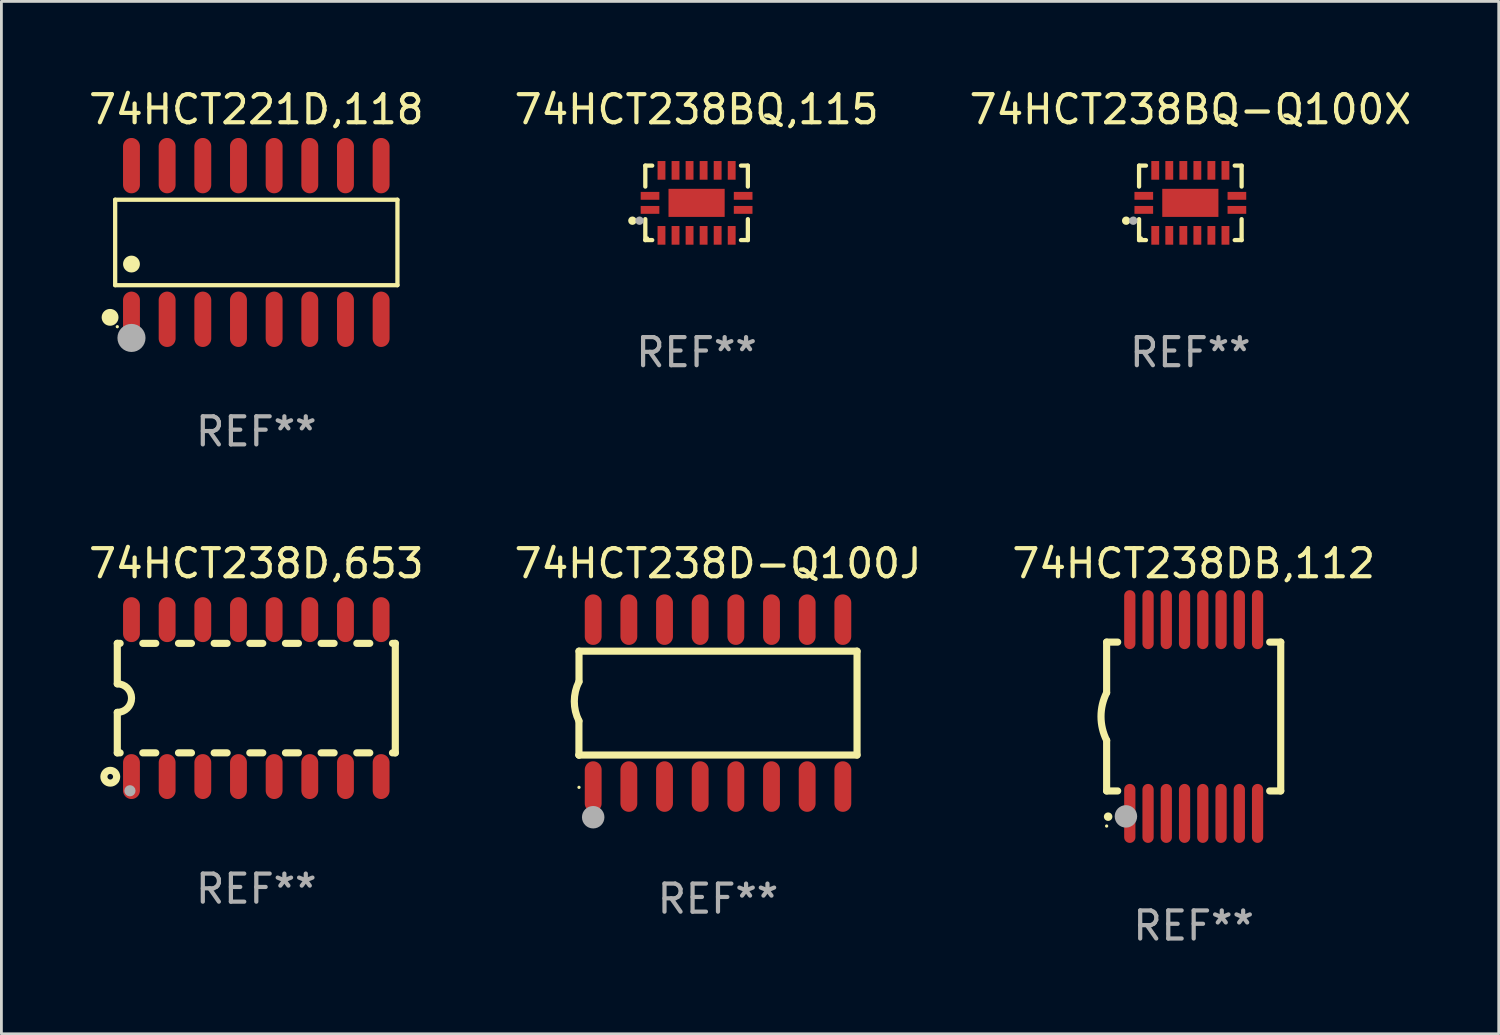
<source format=kicad_pcb>
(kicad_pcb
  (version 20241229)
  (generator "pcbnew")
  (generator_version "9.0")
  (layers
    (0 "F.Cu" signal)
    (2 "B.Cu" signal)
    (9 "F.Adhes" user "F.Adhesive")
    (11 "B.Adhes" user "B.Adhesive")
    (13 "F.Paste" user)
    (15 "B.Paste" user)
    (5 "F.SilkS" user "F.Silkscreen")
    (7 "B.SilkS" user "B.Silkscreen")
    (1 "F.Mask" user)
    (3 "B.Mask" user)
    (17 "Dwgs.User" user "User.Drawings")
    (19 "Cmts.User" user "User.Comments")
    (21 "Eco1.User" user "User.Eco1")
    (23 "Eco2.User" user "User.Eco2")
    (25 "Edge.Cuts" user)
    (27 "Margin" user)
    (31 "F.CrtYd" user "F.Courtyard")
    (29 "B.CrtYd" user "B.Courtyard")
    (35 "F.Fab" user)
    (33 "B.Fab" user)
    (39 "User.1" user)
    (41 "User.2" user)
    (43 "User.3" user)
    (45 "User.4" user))
  (footprint "74HCT238D-Q100J"
    (layer "F.Cu")
    (at 22.518 21.988)
    (property "Reference" "74HCT238D-Q100J" (at 0 -4.972 0) (layer "F.SilkS") (effects (font (size 1 1) (thickness 0.15))))
    (attr through_hole)
    (fp_line (start -4.952 0.635) (end -4.952 1.85) (stroke (width 0.254) (type solid)) (layer "F.SilkS"))
    (fp_line (start -4.952 1.85) (end -4.949 1.85) (stroke (width 0.254) (type solid)) (layer "F.SilkS"))
    (fp_line (start -4.949 -1.85) (end -4.949 -0.762) (stroke (width 0.254) (type solid)) (layer "F.SilkS"))
    (fp_line (start -4.949 1.85) (end 4.952 1.85) (stroke (width 0.254) (type solid)) (layer "F.SilkS"))
    (fp_line (start 4.952 -1.85) (end -4.949 -1.85) (stroke (width 0.254) (type solid)) (layer "F.SilkS"))
    (fp_line (start 4.952 1.85) (end 4.952 -1.85) (stroke (width 0.254) (type solid)) (layer "F.SilkS"))
    (fp_arc (start -4.951524 0.635001) (mid -5.116418 -0.0635) (end -4.951524 -0.762002) (stroke (width 0.254001) (type solid)) (layer "F.SilkS"))
    (fp_circle (center -4.949 3) (end -4.919 3) (stroke (width 0.06) (type solid)) (fill no) (layer "F.SilkS"))
    (fp_circle (center -4.444 4.064) (end -4.244 4.064) (stroke (width 0.4) (type solid)) (fill no) (layer "F.Fab"))
    (fp_text user "REF**" (at 0 6.972 0) (layer "F.Fab") (effects (font (size 1 1) (thickness 0.15))))
    (pad "1" smd oval (at -4.444 2.972 180) (size 0.6 1.8) (layers "F.Cu" "F.Mask" "F.Paste"))
    (pad "2" smd oval (at -3.174 2.972 180) (size 0.6 1.8) (layers "F.Cu" "F.Mask" "F.Paste"))
    (pad "3" smd oval (at -1.904 2.972 180) (size 0.6 1.8) (layers "F.Cu" "F.Mask" "F.Paste"))
    (pad "4" smd oval (at -0.634 2.972 180) (size 0.6 1.8) (layers "F.Cu" "F.Mask" "F.Paste"))
    (pad "5" smd oval (at 0.636 2.972 180) (size 0.6 1.8) (layers "F.Cu" "F.Mask" "F.Paste"))
    (pad "6" smd oval (at 1.906 2.972 180) (size 0.6 1.8) (layers "F.Cu" "F.Mask" "F.Paste"))
    (pad "7" smd oval (at 3.176 2.972 180) (size 0.6 1.8) (layers "F.Cu" "F.Mask" "F.Paste"))
    (pad "8" smd oval (at 4.446 2.972 180) (size 0.6 1.8) (layers "F.Cu" "F.Mask" "F.Paste"))
    (pad "9" smd oval (at 4.446 -2.972 180) (size 0.6 1.8) (layers "F.Cu" "F.Mask" "F.Paste"))
    (pad "10" smd oval (at 3.176 -2.972 180) (size 0.6 1.8) (layers "F.Cu" "F.Mask" "F.Paste"))
    (pad "11" smd oval (at 1.906 -2.972 180) (size 0.6 1.8) (layers "F.Cu" "F.Mask" "F.Paste"))
    (pad "12" smd oval (at 0.636 -2.972 180) (size 0.6 1.8) (layers "F.Cu" "F.Mask" "F.Paste"))
    (pad "13" smd oval (at -0.634 -2.972 180) (size 0.6 1.8) (layers "F.Cu" "F.Mask" "F.Paste"))
    (pad "14" smd oval (at -1.904 -2.972 180) (size 0.6 1.8) (layers "F.Cu" "F.Mask" "F.Paste"))
    (pad "15" smd oval (at -3.174 -2.972 180) (size 0.6 1.8) (layers "F.Cu" "F.Mask" "F.Paste"))
    (pad "16" smd oval (at -4.444 -2.972 180) (size 0.6 1.8) (layers "F.Cu" "F.Mask" "F.Paste")))
  (footprint "74HCT221D,118"
    (layer "F.Cu")
    (at 6.077 5.584)
    (property "Reference" "74HCT221D,118" (at 0 -4.736 0) (layer "F.SilkS") (effects (font (size 1 1) (thickness 0.15))))
    (attr through_hole)
    (fp_line (start -5.026 -1.521) (end 5.026 -1.521) (stroke (width 0.152) (type solid)) (layer "F.SilkS"))
    (fp_line (start -5.026 1.521) (end -5.026 -1.521) (stroke (width 0.152) (type solid)) (layer "F.SilkS"))
    (fp_line (start 5.026 -1.521) (end 5.026 1.521) (stroke (width 0.152) (type solid)) (layer "F.SilkS"))
    (fp_line (start 5.026 1.521) (end -5.026 1.521) (stroke (width 0.152) (type solid)) (layer "F.SilkS"))
    (fp_circle (center -5.207 2.667) (end -5.057 2.667) (stroke (width 0.3) (type solid)) (fill no) (layer "F.SilkS"))
    (fp_circle (center -4.95 3) (end -4.92 3) (stroke (width 0.06) (type solid)) (fill no) (layer "F.SilkS"))
    (fp_circle (center -4.445 0.769) (end -4.295 0.769) (stroke (width 0.3) (type solid)) (fill no) (layer "F.SilkS"))
    (fp_circle (center -4.445 3.4) (end -4.195 3.4) (stroke (width 0.5) (type solid)) (fill no) (layer "F.Fab"))
    (fp_text user "REF**" (at 0 6.736 0) (layer "F.Fab") (effects (font (size 1 1) (thickness 0.15))))
    (pad "1" smd oval (at -4.445 2.736) (size 0.602 1.971) (layers "F.Cu" "F.Mask" "F.Paste"))
    (pad "2" smd oval (at -3.175 2.736) (size 0.602 1.971) (layers "F.Cu" "F.Mask" "F.Paste"))
    (pad "3" smd oval (at -1.905 2.736) (size 0.602 1.971) (layers "F.Cu" "F.Mask" "F.Paste"))
    (pad "4" smd oval (at -0.635 2.736) (size 0.602 1.971) (layers "F.Cu" "F.Mask" "F.Paste"))
    (pad "5" smd oval (at 0.635 2.736) (size 0.602 1.971) (layers "F.Cu" "F.Mask" "F.Paste"))
    (pad "6" smd oval (at 1.905 2.736) (size 0.602 1.971) (layers "F.Cu" "F.Mask" "F.Paste"))
    (pad "7" smd oval (at 3.175 2.736) (size 0.602 1.971) (layers "F.Cu" "F.Mask" "F.Paste"))
    (pad "8" smd oval (at 4.445 2.736) (size 0.602 1.971) (layers "F.Cu" "F.Mask" "F.Paste"))
    (pad "9" smd oval (at 4.445 -2.736) (size 0.602 1.971) (layers "F.Cu" "F.Mask" "F.Paste"))
    (pad "10" smd oval (at 3.175 -2.736) (size 0.602 1.971) (layers "F.Cu" "F.Mask" "F.Paste"))
    (pad "11" smd oval (at 1.905 -2.736) (size 0.602 1.971) (layers "F.Cu" "F.Mask" "F.Paste"))
    (pad "12" smd oval (at 0.635 -2.736) (size 0.602 1.971) (layers "F.Cu" "F.Mask" "F.Paste"))
    (pad "13" smd oval (at -0.635 -2.736) (size 0.602 1.971) (layers "F.Cu" "F.Mask" "F.Paste"))
    (pad "14" smd oval (at -1.905 -2.736) (size 0.602 1.971) (layers "F.Cu" "F.Mask" "F.Paste"))
    (pad "15" smd oval (at -3.175 -2.736) (size 0.602 1.971) (layers "F.Cu" "F.Mask" "F.Paste"))
    (pad "16" smd oval (at -4.445 -2.736) (size 0.602 1.971) (layers "F.Cu" "F.Mask" "F.Paste")))
  (footprint "74HCT238DB,112"
    (layer "F.Cu")
    (at 39.458 22.466)
    (property "Reference" "74HCT238DB,112" (at 0 -5.45 0) (layer "F.SilkS") (effects (font (size 1 1) (thickness 0.15))))
    (attr through_hole)
    (fp_line (start -3.1 -2.65) (end -3.1 -0.85) (stroke (width 0.254) (type solid)) (layer "F.SilkS"))
    (fp_line (start -3.1 -2.65) (end -2.706 -2.65) (stroke (width 0.254) (type solid)) (layer "F.SilkS"))
    (fp_line (start -3.1 2.65) (end -3.1 0.85) (stroke (width 0.254) (type solid)) (layer "F.SilkS"))
    (fp_line (start -3.1 2.65) (end -2.706 2.65) (stroke (width 0.254) (type solid)) (layer "F.SilkS"))
    (fp_line (start 2.706 -2.65) (end 3.1 -2.65) (stroke (width 0.254) (type solid)) (layer "F.SilkS"))
    (fp_line (start 2.706 2.65) (end 3.1 2.65) (stroke (width 0.254) (type solid)) (layer "F.SilkS"))
    (fp_line (start 3.1 -2.65) (end 3.1 2.65) (stroke (width 0.254) (type solid)) (layer "F.SilkS"))
    (fp_arc (start -3.098907 0.850902) (mid -3.300057 0.000523) (end -3.1 -0.850114) (stroke (width 0.254001) (type solid)) (layer "F.SilkS"))
    (fp_arc (start -3.048006 3.566066) (mid -3.046736 3.566061) (end -3.045466 3.566066) (stroke (width 0.3) (type solid)) (layer "F.SilkS"))
    (fp_circle (center -3.1 3.9) (end -3.07 3.9) (stroke (width 0.06) (type solid)) (fill no) (layer "F.SilkS"))
    (fp_circle (center -2.413 3.556) (end -2.213 3.556) (stroke (width 0.4) (type solid)) (fill no) (layer "F.Fab"))
    (fp_text user "REF**" (at 0 7.45 0) (layer "F.Fab") (effects (font (size 1 1) (thickness 0.15))))
    (pad "1" smd oval (at -2.275 3.45 180) (size 0.4 2.1) (layers "F.Cu" "F.Mask" "F.Paste"))
    (pad "2" smd oval (at -1.625 3.45 180) (size 0.4 2.1) (layers "F.Cu" "F.Mask" "F.Paste"))
    (pad "3" smd oval (at -0.975 3.45 180) (size 0.4 2.1) (layers "F.Cu" "F.Mask" "F.Paste"))
    (pad "4" smd oval (at -0.325 3.45 180) (size 0.4 2.1) (layers "F.Cu" "F.Mask" "F.Paste"))
    (pad "5" smd oval (at 0.325 3.45 180) (size 0.4 2.1) (layers "F.Cu" "F.Mask" "F.Paste"))
    (pad "6" smd oval (at 0.975 3.45 180) (size 0.4 2.1) (layers "F.Cu" "F.Mask" "F.Paste"))
    (pad "7" smd oval (at 1.625 3.45 180) (size 0.4 2.1) (layers "F.Cu" "F.Mask" "F.Paste"))
    (pad "8" smd oval (at 2.275 3.45 180) (size 0.4 2.1) (layers "F.Cu" "F.Mask" "F.Paste"))
    (pad "9" smd oval (at 2.275 -3.45 180) (size 0.4 2.1) (layers "F.Cu" "F.Mask" "F.Paste"))
    (pad "10" smd oval (at 1.625 -3.45 180) (size 0.4 2.1) (layers "F.Cu" "F.Mask" "F.Paste"))
    (pad "11" smd oval (at 0.975 -3.45 180) (size 0.4 2.1) (layers "F.Cu" "F.Mask" "F.Paste"))
    (pad "12" smd oval (at 0.325 -3.45 180) (size 0.4 2.1) (layers "F.Cu" "F.Mask" "F.Paste"))
    (pad "13" smd oval (at -0.325 -3.45 180) (size 0.4 2.1) (layers "F.Cu" "F.Mask" "F.Paste"))
    (pad "14" smd oval (at -0.975 -3.45 180) (size 0.4 2.1) (layers "F.Cu" "F.Mask" "F.Paste"))
    (pad "15" smd oval (at -1.625 -3.45 180) (size 0.4 2.1) (layers "F.Cu" "F.Mask" "F.Paste"))
    (pad "16" smd oval (at -2.275 -3.45 180) (size 0.4 2.1) (layers "F.Cu" "F.Mask" "F.Paste")))
  (footprint "74HCT238BQ,115"
    (layer "F.Cu")
    (at 21.756 4.174)
    (property "Reference" "74HCT238BQ,115" (at 0 -3.326 0) (layer "F.SilkS") (effects (font (size 1 1) (thickness 0.15))))
    (attr through_hole)
    (fp_line (start -1.826 -1.326) (end -1.58 -1.326) (stroke (width 0.152) (type solid)) (layer "F.SilkS"))
    (fp_line (start -1.826 -0.58) (end -1.826 -1.326) (stroke (width 0.152) (type solid)) (layer "F.SilkS"))
    (fp_line (start -1.826 0.58) (end -1.826 1.326) (stroke (width 0.152) (type solid)) (layer "F.SilkS"))
    (fp_line (start -1.826 1.326) (end -1.58 1.326) (stroke (width 0.152) (type solid)) (layer "F.SilkS"))
    (fp_line (start 1.826 -1.326) (end 1.58 -1.326) (stroke (width 0.152) (type solid)) (layer "F.SilkS"))
    (fp_line (start 1.826 -0.58) (end 1.826 -1.326) (stroke (width 0.152) (type solid)) (layer "F.SilkS"))
    (fp_line (start 1.826 0.58) (end 1.826 1.326) (stroke (width 0.152) (type solid)) (layer "F.SilkS"))
    (fp_line (start 1.826 1.326) (end 1.58 1.326) (stroke (width 0.152) (type solid)) (layer "F.SilkS"))
    (fp_circle (center -2.286 0.635) (end -2.211 0.635) (stroke (width 0.15) (type solid)) (fill no) (layer "F.SilkS"))
    (fp_circle (center -1.75 1.25) (end -1.72 1.25) (stroke (width 0.06) (type solid)) (fill no) (layer "F.SilkS"))
    (fp_circle (center -2.032 0.635) (end -1.957 0.635) (stroke (width 0.15) (type solid)) (fill no) (layer "F.Fab"))
    (fp_text user "REF**" (at 0 5.326 0) (layer "F.Fab") (effects (font (size 1 1) (thickness 0.15))))
    (pad "1" smd rect (at -1.658 0.25) (size 0.665 0.28) (layers "F.Cu" "F.Mask" "F.Paste"))
    (pad "2" smd rect (at -1.25 1.157) (size 0.28 0.665) (layers "F.Cu" "F.Mask" "F.Paste"))
    (pad "3" smd rect (at -0.75 1.157) (size 0.28 0.665) (layers "F.Cu" "F.Mask" "F.Paste"))
    (pad "4" smd rect (at -0.25 1.157) (size 0.28 0.665) (layers "F.Cu" "F.Mask" "F.Paste"))
    (pad "5" smd rect (at 0.25 1.157) (size 0.28 0.665) (layers "F.Cu" "F.Mask" "F.Paste"))
    (pad "6" smd rect (at 0.75 1.157) (size 0.28 0.665) (layers "F.Cu" "F.Mask" "F.Paste"))
    (pad "7" smd rect (at 1.25 1.157) (size 0.28 0.665) (layers "F.Cu" "F.Mask" "F.Paste"))
    (pad "8" smd rect (at 1.658 0.25) (size 0.665 0.28) (layers "F.Cu" "F.Mask" "F.Paste"))
    (pad "9" smd rect (at 1.658 -0.25) (size 0.665 0.28) (layers "F.Cu" "F.Mask" "F.Paste"))
    (pad "10" smd rect (at 1.25 -1.157) (size 0.28 0.665) (layers "F.Cu" "F.Mask" "F.Paste"))
    (pad "11" smd rect (at 0.75 -1.157) (size 0.28 0.665) (layers "F.Cu" "F.Mask" "F.Paste"))
    (pad "12" smd rect (at 0.25 -1.157) (size 0.28 0.665) (layers "F.Cu" "F.Mask" "F.Paste"))
    (pad "13" smd rect (at -0.25 -1.157) (size 0.28 0.665) (layers "F.Cu" "F.Mask" "F.Paste"))
    (pad "14" smd rect (at -0.75 -1.157) (size 0.28 0.665) (layers "F.Cu" "F.Mask" "F.Paste"))
    (pad "15" smd rect (at -1.25 -1.157) (size 0.28 0.665) (layers "F.Cu" "F.Mask" "F.Paste"))
    (pad "16" smd rect (at -1.658 -0.25) (size 0.665 0.28) (layers "F.Cu" "F.Mask" "F.Paste"))
    (pad "17" smd rect (at 0 0) (size 2 1) (layers "F.Cu" "F.Mask" "F.Paste")))
  (footprint "74HCT238D,653"
    (layer "F.Cu")
    (at 6.077 21.81)
    (property "Reference" "74HCT238D,653" (at 0 -4.794 0) (layer "F.SilkS") (effects (font (size 1 1) (thickness 0.15))))
    (attr through_hole)
    (fp_line (start -4.95 -1.95) (end -4.95 -0.508) (stroke (width 0.254) (type solid)) (layer "F.SilkS"))
    (fp_line (start -4.95 -1.95) (end -4.849 -1.95) (stroke (width 0.254) (type solid)) (layer "F.SilkS"))
    (fp_line (start -4.95 1.95) (end -4.95 0.508) (stroke (width 0.254) (type solid)) (layer "F.SilkS"))
    (fp_line (start -4.95 1.95) (end -4.849 1.95) (stroke (width 0.254) (type solid)) (layer "F.SilkS"))
    (fp_line (start -4.041 -1.95) (end -3.579 -1.95) (stroke (width 0.254) (type solid)) (layer "F.SilkS"))
    (fp_line (start -4.041 1.95) (end -3.579 1.95) (stroke (width 0.254) (type solid)) (layer "F.SilkS"))
    (fp_line (start -2.771 -1.95) (end -2.309 -1.95) (stroke (width 0.254) (type solid)) (layer "F.SilkS"))
    (fp_line (start -2.771 1.95) (end -2.309 1.95) (stroke (width 0.254) (type solid)) (layer "F.SilkS"))
    (fp_line (start -1.501 -1.95) (end -1.039 -1.95) (stroke (width 0.254) (type solid)) (layer "F.SilkS"))
    (fp_line (start -1.501 1.95) (end -1.039 1.95) (stroke (width 0.254) (type solid)) (layer "F.SilkS"))
    (fp_line (start -0.231 -1.95) (end 0.231 -1.95) (stroke (width 0.254) (type solid)) (layer "F.SilkS"))
    (fp_line (start -0.231 1.95) (end 0.231 1.95) (stroke (width 0.254) (type solid)) (layer "F.SilkS"))
    (fp_line (start 1.039 -1.95) (end 1.501 -1.95) (stroke (width 0.254) (type solid)) (layer "F.SilkS"))
    (fp_line (start 1.039 1.95) (end 1.501 1.95) (stroke (width 0.254) (type solid)) (layer "F.SilkS"))
    (fp_line (start 2.309 -1.95) (end 2.771 -1.95) (stroke (width 0.254) (type solid)) (layer "F.SilkS"))
    (fp_line (start 2.309 1.95) (end 2.771 1.95) (stroke (width 0.254) (type solid)) (layer "F.SilkS"))
    (fp_line (start 3.579 -1.95) (end 4.041 -1.95) (stroke (width 0.254) (type solid)) (layer "F.SilkS"))
    (fp_line (start 3.579 1.95) (end 4.041 1.95) (stroke (width 0.254) (type solid)) (layer "F.SilkS"))
    (fp_line (start 4.849 -1.95) (end 4.95 -1.95) (stroke (width 0.254) (type solid)) (layer "F.SilkS"))
    (fp_line (start 4.849 1.95) (end 4.95 1.95) (stroke (width 0.254) (type solid)) (layer "F.SilkS"))
    (fp_line (start 4.95 -1.95) (end 4.95 1.95) (stroke (width 0.254) (type solid)) (layer "F.SilkS"))
    (fp_arc (start -4.95047 -0.508001) (mid -4.442469 -0.000228) (end -4.950013 0.508001) (stroke (width 0.254001) (type solid)) (layer "F.SilkS"))
    (fp_circle (center -5.2 2.8) (end -5.1 2.8) (stroke (width 0.254) (type solid)) (fill no) (layer "F.SilkS"))
    (fp_circle (center -4.95 2.947) (end -4.92 2.947) (stroke (width 0.06) (type solid)) (fill no) (layer "F.SilkS"))
    (fp_circle (center -4.5 3.3) (end -4.4 3.3) (stroke (width 0.2) (type solid)) (fill no) (layer "F.Fab"))
    (fp_text user "REF**" (at 0 6.794 0) (layer "F.Fab") (effects (font (size 1 1) (thickness 0.15))))
    (pad "1" smd oval (at -4.445 2.794) (size 0.6 1.6) (layers "F.Cu" "F.Mask" "F.Paste"))
    (pad "2" smd oval (at -3.175 2.794) (size 0.6 1.6) (layers "F.Cu" "F.Mask" "F.Paste"))
    (pad "3" smd oval (at -1.905 2.794) (size 0.6 1.6) (layers "F.Cu" "F.Mask" "F.Paste"))
    (pad "4" smd oval (at -0.635 2.794) (size 0.6 1.6) (layers "F.Cu" "F.Mask" "F.Paste"))
    (pad "5" smd oval (at 0.635 2.794) (size 0.6 1.6) (layers "F.Cu" "F.Mask" "F.Paste"))
    (pad "6" smd oval (at 1.905 2.794) (size 0.6 1.6) (layers "F.Cu" "F.Mask" "F.Paste"))
    (pad "7" smd oval (at 3.175 2.794) (size 0.6 1.6) (layers "F.Cu" "F.Mask" "F.Paste"))
    (pad "8" smd oval (at 4.445 2.794) (size 0.6 1.6) (layers "F.Cu" "F.Mask" "F.Paste"))
    (pad "9" smd oval (at 4.445 -2.794) (size 0.6 1.6) (layers "F.Cu" "F.Mask" "F.Paste"))
    (pad "10" smd oval (at 3.175 -2.794) (size 0.6 1.6) (layers "F.Cu" "F.Mask" "F.Paste"))
    (pad "11" smd oval (at 1.905 -2.794) (size 0.6 1.6) (layers "F.Cu" "F.Mask" "F.Paste"))
    (pad "12" smd oval (at 0.635 -2.794) (size 0.6 1.6) (layers "F.Cu" "F.Mask" "F.Paste"))
    (pad "13" smd oval (at -0.635 -2.794) (size 0.6 1.6) (layers "F.Cu" "F.Mask" "F.Paste"))
    (pad "14" smd oval (at -1.905 -2.794) (size 0.6 1.6) (layers "F.Cu" "F.Mask" "F.Paste"))
    (pad "15" smd oval (at -3.175 -2.794) (size 0.6 1.6) (layers "F.Cu" "F.Mask" "F.Paste"))
    (pad "16" smd oval (at -4.445 -2.794) (size 0.6 1.6) (layers "F.Cu" "F.Mask" "F.Paste")))
  (footprint "74HCT238BQ-Q100X"
    (layer "F.Cu")
    (at 39.339 4.174)
    (property "Reference" "74HCT238BQ-Q100X" (at 0 -3.326 0) (layer "F.SilkS") (effects (font (size 1 1) (thickness 0.15))))
    (attr through_hole)
    (fp_line (start -1.826 -1.326) (end -1.58 -1.326) (stroke (width 0.152) (type solid)) (layer "F.SilkS"))
    (fp_line (start -1.826 -0.58) (end -1.826 -1.326) (stroke (width 0.152) (type solid)) (layer "F.SilkS"))
    (fp_line (start -1.826 0.58) (end -1.826 1.326) (stroke (width 0.152) (type solid)) (layer "F.SilkS"))
    (fp_line (start -1.826 1.326) (end -1.58 1.326) (stroke (width 0.152) (type solid)) (layer "F.SilkS"))
    (fp_line (start 1.826 -1.326) (end 1.58 -1.326) (stroke (width 0.152) (type solid)) (layer "F.SilkS"))
    (fp_line (start 1.826 -0.58) (end 1.826 -1.326) (stroke (width 0.152) (type solid)) (layer "F.SilkS"))
    (fp_line (start 1.826 0.58) (end 1.826 1.326) (stroke (width 0.152) (type solid)) (layer "F.SilkS"))
    (fp_line (start 1.826 1.326) (end 1.58 1.326) (stroke (width 0.152) (type solid)) (layer "F.SilkS"))
    (fp_circle (center -2.286 0.635) (end -2.211 0.635) (stroke (width 0.15) (type solid)) (fill no) (layer "F.SilkS"))
    (fp_circle (center -1.75 1.25) (end -1.72 1.25) (stroke (width 0.06) (type solid)) (fill no) (layer "F.SilkS"))
    (fp_circle (center -2.032 0.635) (end -1.957 0.635) (stroke (width 0.15) (type solid)) (fill no) (layer "F.Fab"))
    (fp_text user "REF**" (at 0 5.326 0) (layer "F.Fab") (effects (font (size 1 1) (thickness 0.15))))
    (pad "1" smd rect (at -1.658 0.25) (size 0.665 0.28) (layers "F.Cu" "F.Mask" "F.Paste"))
    (pad "2" smd rect (at -1.25 1.157) (size 0.28 0.665) (layers "F.Cu" "F.Mask" "F.Paste"))
    (pad "3" smd rect (at -0.75 1.157) (size 0.28 0.665) (layers "F.Cu" "F.Mask" "F.Paste"))
    (pad "4" smd rect (at -0.25 1.157) (size 0.28 0.665) (layers "F.Cu" "F.Mask" "F.Paste"))
    (pad "5" smd rect (at 0.25 1.157) (size 0.28 0.665) (layers "F.Cu" "F.Mask" "F.Paste"))
    (pad "6" smd rect (at 0.75 1.157) (size 0.28 0.665) (layers "F.Cu" "F.Mask" "F.Paste"))
    (pad "7" smd rect (at 1.25 1.157) (size 0.28 0.665) (layers "F.Cu" "F.Mask" "F.Paste"))
    (pad "8" smd rect (at 1.658 0.25) (size 0.665 0.28) (layers "F.Cu" "F.Mask" "F.Paste"))
    (pad "9" smd rect (at 1.658 -0.25) (size 0.665 0.28) (layers "F.Cu" "F.Mask" "F.Paste"))
    (pad "10" smd rect (at 1.25 -1.157) (size 0.28 0.665) (layers "F.Cu" "F.Mask" "F.Paste"))
    (pad "11" smd rect (at 0.75 -1.157) (size 0.28 0.665) (layers "F.Cu" "F.Mask" "F.Paste"))
    (pad "12" smd rect (at 0.25 -1.157) (size 0.28 0.665) (layers "F.Cu" "F.Mask" "F.Paste"))
    (pad "13" smd rect (at -0.25 -1.157) (size 0.28 0.665) (layers "F.Cu" "F.Mask" "F.Paste"))
    (pad "14" smd rect (at -0.75 -1.157) (size 0.28 0.665) (layers "F.Cu" "F.Mask" "F.Paste"))
    (pad "15" smd rect (at -1.25 -1.157) (size 0.28 0.665) (layers "F.Cu" "F.Mask" "F.Paste"))
    (pad "16" smd rect (at -1.658 -0.25) (size 0.665 0.28) (layers "F.Cu" "F.Mask" "F.Paste"))
    (pad "17" smd rect (at 0 0) (size 2 1) (layers "F.Cu" "F.Mask" "F.Paste")))
  (gr_rect
    (start -3 -3)
    (end 50.321 33.764)
    (stroke (width 0.1) (type default))
    (fill no)
    (layer "Edge.Cuts")))
</source>
